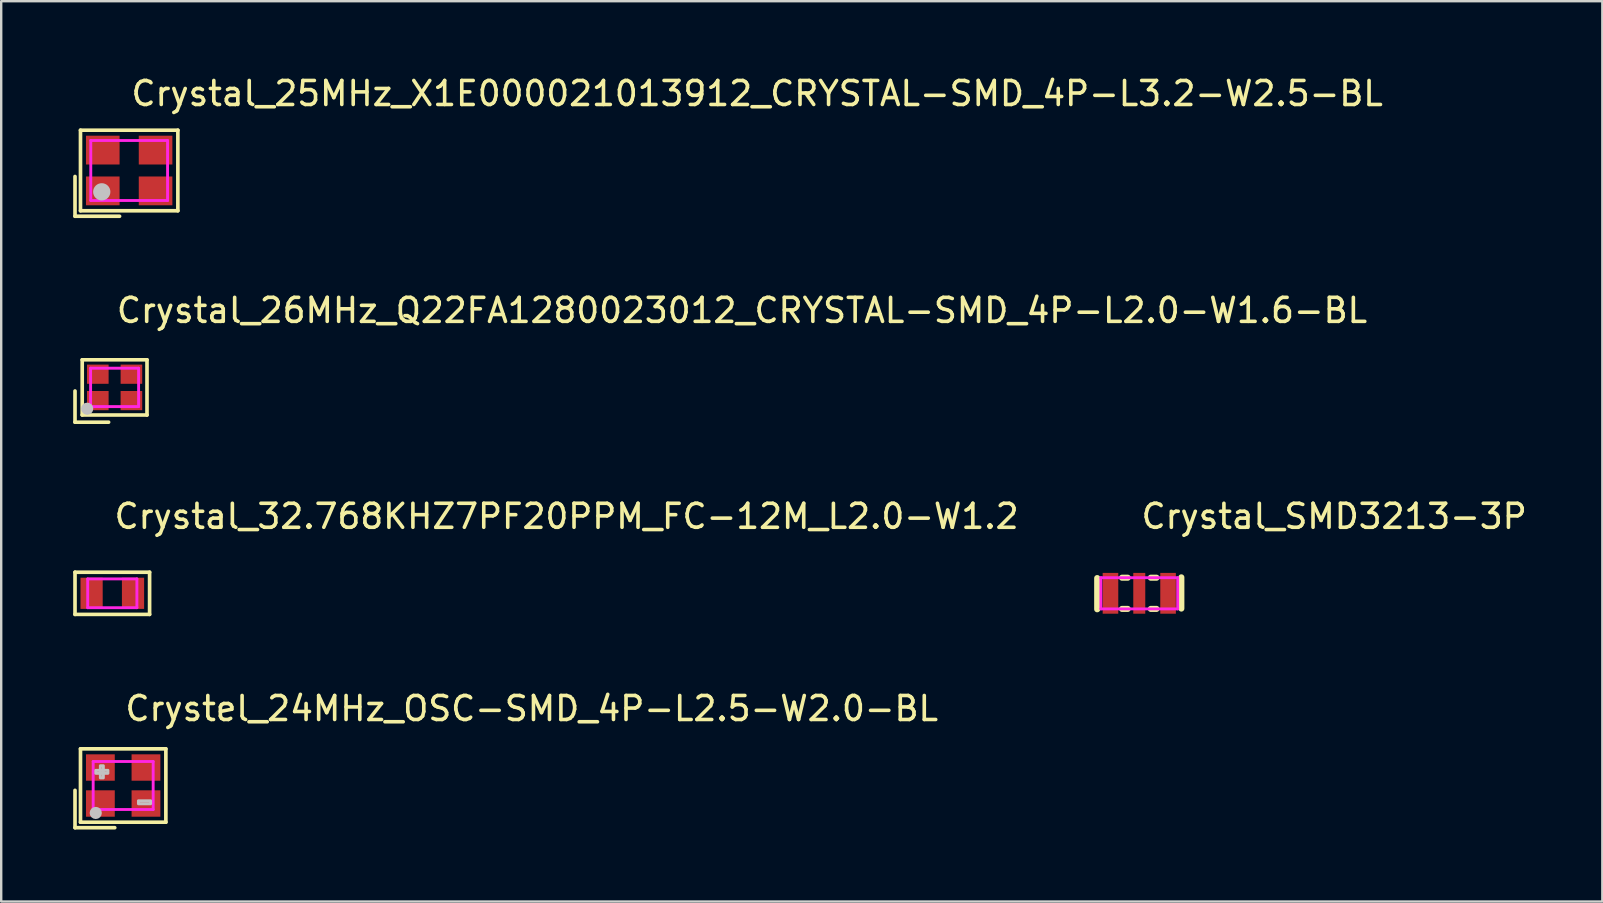
<source format=kicad_pcb>
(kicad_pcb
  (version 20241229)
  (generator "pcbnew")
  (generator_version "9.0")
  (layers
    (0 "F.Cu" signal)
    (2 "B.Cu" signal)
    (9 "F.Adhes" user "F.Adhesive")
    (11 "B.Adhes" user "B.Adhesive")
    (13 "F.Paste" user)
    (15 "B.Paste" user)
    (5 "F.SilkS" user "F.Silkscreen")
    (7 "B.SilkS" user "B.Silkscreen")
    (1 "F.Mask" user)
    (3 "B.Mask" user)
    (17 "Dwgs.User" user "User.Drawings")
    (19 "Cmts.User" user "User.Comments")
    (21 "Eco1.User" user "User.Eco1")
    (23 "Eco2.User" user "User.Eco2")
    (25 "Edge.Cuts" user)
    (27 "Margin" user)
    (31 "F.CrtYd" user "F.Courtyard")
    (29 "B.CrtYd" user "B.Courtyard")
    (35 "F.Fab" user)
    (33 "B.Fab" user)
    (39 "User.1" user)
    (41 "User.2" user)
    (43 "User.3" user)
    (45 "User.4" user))
  (footprint "Crystal_25MHz_X1E000021013912_CRYSTAL-SMD_4P-L3.2-W2.5-BL"
    (layer "F.Cu")
    (at 2.333 4.055)
    (property "Reference" "Crystal_25MHz_X1E000021013912_CRYSTAL-SMD_4P-L3.2-W2.5-BL" (at 0 -3.207 0) (layer "F.SilkS") (effects (font (size 1 1) (thickness 0.15)) (justify left)))
    (attr through_hole)
    (fp_line (start -2.257 0.25) (end -2.257 1.907) (stroke (width 0.152) (type solid)) (layer "F.SilkS"))
    (fp_line (start -2.257 1.907) (end -0.4 1.907) (stroke (width 0.152) (type solid)) (layer "F.SilkS"))
    (fp_line (start -2.029 -1.679) (end 2.029 -1.679) (stroke (width 0.152) (type solid)) (layer "F.SilkS"))
    (fp_line (start -2.029 1.678) (end -2.029 -1.679) (stroke (width 0.152) (type solid)) (layer "F.SilkS"))
    (fp_line (start 2.029 -1.679) (end 2.029 1.678) (stroke (width 0.152) (type solid)) (layer "F.SilkS"))
    (fp_line (start 2.029 1.678) (end -2.029 1.678) (stroke (width 0.152) (type solid)) (layer "F.SilkS"))
    (fp_circle (center -1.143 0.889) (end -0.963 0.889) (stroke (width 0.36) (type solid)) (fill no) (layer "Dwgs.User"))
    (fp_circle (center -1.6 1.25) (end -1.57 1.25) (stroke (width 0.06) (type solid)) (fill no) (layer "Eco2.User"))
    (fp_poly (pts (xy -1.5 -1.15) (xy -0.6 -1.15) (xy -0.6 -0.35) (xy -1.5 -0.35)) (stroke (width 0.12) (type solid)) (fill no) (layer "Eco2.User"))
    (fp_poly (pts (xy -1.5 0.35) (xy -0.6 0.35) (xy -0.6 1.15) (xy -1.5 1.15)) (stroke (width 0.12) (type solid)) (fill no) (layer "Eco2.User"))
    (fp_poly (pts (xy 0.6 -1.15) (xy 1.5 -1.15) (xy 1.5 -0.35) (xy 0.6 -0.35)) (stroke (width 0.12) (type solid)) (fill no) (layer "Eco2.User"))
    (fp_poly (pts (xy 0.6 0.35) (xy 1.5 0.35) (xy 1.5 1.15) (xy 0.6 1.15)) (stroke (width 0.12) (type solid)) (fill no) (layer "Eco2.User"))
    (fp_line (start -1.6 -1.25) (end 1.6 -1.25) (stroke (width 0.12) (type solid)) (layer "F.CrtYd"))
    (fp_line (start -1.6 1.25) (end -1.6 -1.25) (stroke (width 0.12) (type solid)) (layer "F.CrtYd"))
    (fp_line (start 1.6 -1.25) (end 1.6 1.25) (stroke (width 0.12) (type solid)) (layer "F.CrtYd"))
    (fp_line (start 1.6 1.25) (end -1.6 1.25) (stroke (width 0.12) (type solid)) (layer "F.CrtYd"))
    (pad "1" smd rect (at -1.1 0.85) (size 1.4 1.2) (layers "F.Cu" "F.Mask" "F.Paste"))
    (pad "2" smd rect (at 1.1 0.85) (size 1.4 1.2) (layers "F.Cu" "F.Mask" "F.Paste"))
    (pad "3" smd rect (at 1.1 -0.85) (size 1.4 1.2) (layers "F.Cu" "F.Mask" "F.Paste"))
    (pad "4" smd rect (at -1.1 -0.85) (size 1.4 1.2) (layers "F.Cu" "F.Mask" "F.Paste")))
  (footprint "Crystal_26MHz_Q22FA1280023012_CRYSTAL-SMD_4P-L2.0-W1.6-BL"
    (layer "F.Cu")
    (at 1.726 13.094)
    (property "Reference" "Crystal_26MHz_Q22FA1280023012_CRYSTAL-SMD_4P-L2.0-W1.6-BL" (at 0 -3.207 0) (layer "F.SilkS") (effects (font (size 1 1) (thickness 0.15)) (justify left)))
    (attr through_hole)
    (fp_line (start -1.65 0.15) (end -1.65 1.45) (stroke (width 0.152) (type solid)) (layer "F.SilkS"))
    (fp_line (start -1.65 1.45) (end -0.25 1.45) (stroke (width 0.152) (type solid)) (layer "F.SilkS"))
    (fp_line (start -1.35 -1.15) (end 1.35 -1.15) (stroke (width 0.152) (type solid)) (layer "F.SilkS"))
    (fp_line (start -1.35 1.15) (end -1.35 -1.15) (stroke (width 0.152) (type solid)) (layer "F.SilkS"))
    (fp_line (start 1.35 -1.15) (end 1.35 1.15) (stroke (width 0.152) (type solid)) (layer "F.SilkS"))
    (fp_line (start 1.35 1.15) (end -1.35 1.15) (stroke (width 0.152) (type solid)) (layer "F.SilkS"))
    (fp_circle (center -1.143 0.889) (end -1.016 0.889) (stroke (width 0.254) (type solid)) (fill no) (layer "Dwgs.User"))
    (fp_circle (center -1 0.8) (end -0.97 0.8) (stroke (width 0.06) (type solid)) (fill no) (layer "Eco2.User"))
    (fp_poly (pts (xy -0.95 -0.275) (xy -0.95 -0.75) (xy -0.375 -0.75) (xy -0.375 -0.275)) (stroke (width 0.12) (type solid)) (fill no) (layer "Eco2.User"))
    (fp_poly (pts (xy -0.95 0.75) (xy -0.95 0.275) (xy -0.375 0.275) (xy -0.375 0.75)) (stroke (width 0.12) (type solid)) (fill no) (layer "Eco2.User"))
    (fp_poly (pts (xy 0.95 -0.75) (xy 0.95 -0.275) (xy 0.375 -0.275) (xy 0.375 -0.75)) (stroke (width 0.12) (type solid)) (fill no) (layer "Eco2.User"))
    (fp_poly (pts (xy 0.95 0.275) (xy 0.95 0.75) (xy 0.375 0.75) (xy 0.375 0.275)) (stroke (width 0.12) (type solid)) (fill no) (layer "Eco2.User"))
    (fp_line (start -1 -0.8) (end 1 -0.8) (stroke (width 0.12) (type solid)) (layer "F.CrtYd"))
    (fp_line (start -1 0.8) (end -1 -0.8) (stroke (width 0.12) (type solid)) (layer "F.CrtYd"))
    (fp_line (start 1 -0.8) (end 1 0.8) (stroke (width 0.12) (type solid)) (layer "F.CrtYd"))
    (fp_line (start 1 0.8) (end -1 0.8) (stroke (width 0.12) (type solid)) (layer "F.CrtYd"))
    (pad "1" smd rect (at -0.7 0.55) (size 0.9 0.8) (layers "F.Cu" "F.Mask" "F.Paste"))
    (pad "2" smd rect (at 0.7 0.55) (size 0.9 0.8) (layers "F.Cu" "F.Mask" "F.Paste"))
    (pad "3" smd rect (at 0.7 -0.55) (size 0.9 0.8) (layers "F.Cu" "F.Mask" "F.Paste"))
    (pad "4" smd rect (at -0.7 -0.55) (size 0.9 0.8) (layers "F.Cu" "F.Mask" "F.Paste")))
  (footprint "Crystal_32.768KHZ7PF20PPM_FC-12M_L2.0-W1.2"
    (layer "F.Cu")
    (at 1.63 21.675)
    (property "Reference" "Crystal_32.768KHZ7PF20PPM_FC-12M_L2.0-W1.2" (at 0 -3.207 0) (layer "F.SilkS") (effects (font (size 1 1) (thickness 0.15)) (justify left)))
    (attr through_hole)
    (fp_line (start -1.554 -0.879) (end 1.554 -0.879) (stroke (width 0.152) (type solid)) (layer "F.SilkS"))
    (fp_line (start -1.554 0.879) (end -1.554 -0.879) (stroke (width 0.152) (type solid)) (layer "F.SilkS"))
    (fp_line (start 1.554 -0.879) (end 1.554 0.879) (stroke (width 0.152) (type solid)) (layer "F.SilkS"))
    (fp_line (start 1.554 0.879) (end -1.554 0.879) (stroke (width 0.152) (type solid)) (layer "F.SilkS"))
    (fp_circle (center -1.025 0.6) (end -0.995 0.6) (stroke (width 0.06) (type solid)) (fill no) (layer "Eco2.User"))
    (fp_poly (pts (xy -0.5 0.55) (xy -0.5 -0.55) (xy -1.025 -0.55) (xy -1.025 0.55)) (stroke (width 0.12) (type solid)) (fill no) (layer "Eco2.User"))
    (fp_poly (pts (xy 0.5 0.55) (xy 0.5 -0.55) (xy 1.025 -0.55) (xy 1.025 0.55)) (stroke (width 0.12) (type solid)) (fill no) (layer "Eco2.User"))
    (fp_line (start -1.025 -0.6) (end 1.025 -0.6) (stroke (width 0.12) (type solid)) (layer "F.CrtYd"))
    (fp_line (start -1.025 0.6) (end -1.025 -0.6) (stroke (width 0.12) (type solid)) (layer "F.CrtYd"))
    (fp_line (start 1.025 -0.6) (end 1.025 0.6) (stroke (width 0.12) (type solid)) (layer "F.CrtYd"))
    (fp_line (start 1.025 0.6) (end -1.025 0.6) (stroke (width 0.12) (type solid)) (layer "F.CrtYd"))
    (pad "1" smd rect (at -0.863 0) (size 0.925 1.3) (layers "F.Cu" "F.Mask" "F.Paste"))
    (pad "2" smd rect (at 0.863 0) (size 0.925 1.3) (layers "F.Cu" "F.Mask" "F.Paste")))
  (footprint "Crystal_SMD3213-3P"
    (layer "F.Cu")
    (at 44.427 21.675)
    (property "Reference" "Crystal_SMD3213-3P" (at 0 -3.207 0) (layer "F.SilkS") (effects (font (size 1 1) (thickness 0.15)) (justify left)))
    (attr smd)
    (fp_line (start -1.753 -0.635) (end -1.753 0.665) (stroke (width 0.254) (type solid)) (layer "F.SilkS"))
    (fp_line (start -0.718 -0.65) (end -0.481 -0.65) (stroke (width 0.254) (type solid)) (layer "F.SilkS"))
    (fp_line (start -0.718 0.65) (end -0.481 0.65) (stroke (width 0.254) (type solid)) (layer "F.SilkS"))
    (fp_line (start 0.481 -0.65) (end 0.718 -0.65) (stroke (width 0.254) (type solid)) (layer "F.SilkS"))
    (fp_line (start 0.481 0.65) (end 0.718 0.65) (stroke (width 0.254) (type solid)) (layer "F.SilkS"))
    (fp_line (start 1.753 0.635) (end 1.753 -0.665) (stroke (width 0.254) (type solid)) (layer "F.SilkS"))
    (fp_circle (center -1.6 0.65) (end -1.57 0.65) (stroke (width 0.06) (type solid)) (fill no) (layer "Eco2.User"))
    (fp_poly (pts (xy -1 -0.65) (xy -1 0.65) (xy -1.4 0.65) (xy -1.4 -0.65)) (stroke (width 0.12) (type solid)) (fill no) (layer "Eco2.User"))
    (fp_poly (pts (xy 0.2 -0.65) (xy 0.2 0.65) (xy -0.2 0.65) (xy -0.2 -0.65)) (stroke (width 0.12) (type solid)) (fill no) (layer "Eco2.User"))
    (fp_poly (pts (xy 1.4 -0.65) (xy 1.4 0.65) (xy 1 0.65) (xy 1 -0.65)) (stroke (width 0.12) (type solid)) (fill no) (layer "Eco2.User"))
    (fp_line (start -1.6 -0.65) (end 1.6 -0.65) (stroke (width 0.12) (type solid)) (layer "F.CrtYd"))
    (fp_line (start -1.6 0.65) (end -1.6 -0.65) (stroke (width 0.12) (type solid)) (layer "F.CrtYd"))
    (fp_line (start 1.6 -0.65) (end 1.6 0.65) (stroke (width 0.12) (type solid)) (layer "F.CrtYd"))
    (fp_line (start 1.6 0.65) (end -1.6 0.65) (stroke (width 0.12) (type solid)) (layer "F.CrtYd"))
    (pad "1" smd rect (at -1.2 0) (size 0.65 1.7) (layers "F.Cu" "F.Mask" "F.Paste"))
    (pad "2" smd rect (at 0 0) (size 0.5 1.7) (layers "F.Cu" "F.Mask" "F.Paste"))
    (pad "3" smd rect (at 1.2 0) (size 0.65 1.7) (layers "F.Cu" "F.Mask" "F.Paste")))
  (footprint "Crystel_24MHz_OSC-SMD_4P-L2.5-W2.0-BL"
    (layer "F.Cu")
    (at 2.083 29.685)
    (property "Reference" "Crystel_24MHz_OSC-SMD_4P-L2.5-W2.0-BL" (at 0 -3.207 0) (layer "F.SilkS") (effects (font (size 1 1) (thickness 0.15)) (justify left)))
    (attr through_hole)
    (fp_line (start -2.007 0.201) (end -2.007 1.758) (stroke (width 0.152) (type solid)) (layer "F.SilkS"))
    (fp_line (start -2.007 1.758) (end -0.351 1.758) (stroke (width 0.152) (type solid)) (layer "F.SilkS"))
    (fp_line (start -1.779 -1.529) (end 1.779 -1.529) (stroke (width 0.152) (type solid)) (layer "F.SilkS"))
    (fp_line (start -1.779 1.529) (end -1.779 -1.529) (stroke (width 0.152) (type solid)) (layer "F.SilkS"))
    (fp_line (start 1.779 -1.529) (end 1.779 1.529) (stroke (width 0.152) (type solid)) (layer "F.SilkS"))
    (fp_line (start 1.779 1.529) (end -1.779 1.529) (stroke (width 0.152) (type solid)) (layer "F.SilkS"))
    (fp_circle (center -1.143 1.143) (end -1.016 1.143) (stroke (width 0.254) (type solid)) (fill no) (layer "Dwgs.User"))
    (fp_poly (pts (xy -1.143 -0.635) (xy -0.635 -0.635) (xy -0.635 -0.508) (xy -1.143 -0.508)) (stroke (width 0.12) (type solid)) (fill no) (layer "Dwgs.User"))
    (fp_poly (pts (xy -0.952 -0.317) (xy -0.952 -0.825) (xy -0.825 -0.825) (xy -0.825 -0.317)) (stroke (width 0.12) (type solid)) (fill no) (layer "Dwgs.User"))
    (fp_poly (pts (xy 0.635 0.635) (xy 1.143 0.635) (xy 1.143 0.762) (xy 0.635 0.762)) (stroke (width 0.12) (type solid)) (fill no) (layer "Dwgs.User"))
    (fp_circle (center -1.25 1) (end -1.22 1) (stroke (width 0.06) (type solid)) (fill no) (layer "Eco2.User"))
    (fp_poly (pts (xy -1.25 -1) (xy -0.45 -1) (xy -0.45 -0.325) (xy -1.25 -0.325)) (stroke (width 0.12) (type solid)) (fill no) (layer "Eco2.User"))
    (fp_poly (pts (xy -0.45 1) (xy -1.25 1) (xy -1.25 0.325) (xy -0.45 0.325)) (stroke (width 0.12) (type solid)) (fill no) (layer "Eco2.User"))
    (fp_poly (pts (xy 1.25 -0.325) (xy 0.45 -0.325) (xy 0.45 -1) (xy 1.25 -1)) (stroke (width 0.12) (type solid)) (fill no) (layer "Eco2.User"))
    (fp_poly (pts (xy 1.25 1) (xy 0.45 1) (xy 0.45 0.325) (xy 1.25 0.325)) (stroke (width 0.12) (type solid)) (fill no) (layer "Eco2.User"))
    (fp_line (start -1.25 -1) (end 1.25 -1) (stroke (width 0.12) (type solid)) (layer "F.CrtYd"))
    (fp_line (start -1.25 1) (end -1.25 -1) (stroke (width 0.12) (type solid)) (layer "F.CrtYd"))
    (fp_line (start 1.25 -1) (end 1.25 1) (stroke (width 0.12) (type solid)) (layer "F.CrtYd"))
    (fp_line (start 1.25 1) (end -1.25 1) (stroke (width 0.12) (type solid)) (layer "F.CrtYd"))
    (pad "1" smd rect (at -0.95 0.75) (size 1.2 1.1) (layers "F.Cu" "F.Mask" "F.Paste"))
    (pad "2" smd rect (at 0.95 0.75) (size 1.2 1.1) (layers "F.Cu" "F.Mask" "F.Paste"))
    (pad "3" smd rect (at 0.95 -0.75) (size 1.2 1.1) (layers "F.Cu" "F.Mask" "F.Paste"))
    (pad "4" smd rect (at -0.95 -0.75) (size 1.2 1.1) (layers "F.Cu" "F.Mask" "F.Paste")))
  (gr_rect
    (start -3 -3)
    (end 63.724 34.519)
    (stroke (width 0.1) (type default))
    (fill no)
    (layer "Edge.Cuts")))
</source>
